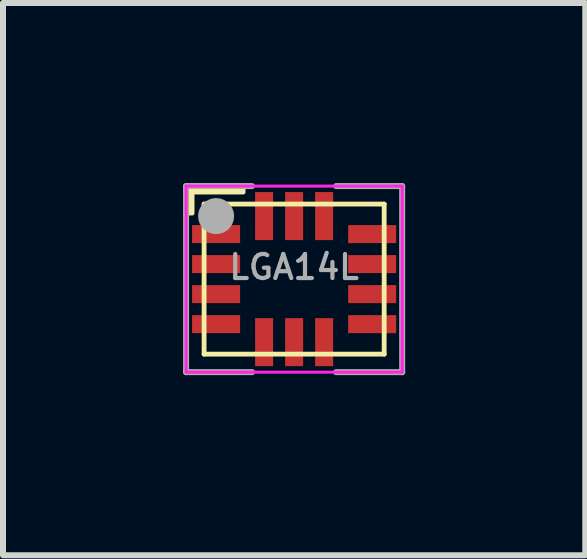
<source format=kicad_pcb>
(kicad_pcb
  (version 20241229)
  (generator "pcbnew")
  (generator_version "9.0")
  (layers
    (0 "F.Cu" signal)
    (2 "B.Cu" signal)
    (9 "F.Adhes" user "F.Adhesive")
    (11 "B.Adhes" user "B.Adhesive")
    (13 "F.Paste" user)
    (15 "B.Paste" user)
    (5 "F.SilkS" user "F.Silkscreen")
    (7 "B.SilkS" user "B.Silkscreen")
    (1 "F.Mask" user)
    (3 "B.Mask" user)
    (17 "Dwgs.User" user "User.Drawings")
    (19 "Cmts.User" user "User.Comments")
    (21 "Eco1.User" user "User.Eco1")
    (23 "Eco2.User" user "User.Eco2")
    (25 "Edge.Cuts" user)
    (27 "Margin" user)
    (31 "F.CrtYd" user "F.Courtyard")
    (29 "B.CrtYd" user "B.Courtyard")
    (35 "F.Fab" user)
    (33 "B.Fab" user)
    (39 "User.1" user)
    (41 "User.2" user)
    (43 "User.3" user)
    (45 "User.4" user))
  (footprint "LGA14L"
    (layer "F.Cu")
    (at 1.85 1.6)
    (property "Reference" "LGA14L" (at 0 -0.2 0) (layer "F.Fab") (effects (font (size 0.4 0.4) (thickness 0.07))))
    (attr smd)
    (fp_line (start -1.5 -1.25) (end 1.5 -1.25) (stroke (width 0.08) (type solid)) (layer "F.SilkS"))
    (fp_line (start -1.5 1.25) (end -1.5 -1.25) (stroke (width 0.08) (type solid)) (layer "F.SilkS"))
    (fp_line (start 1.5 -1.25) (end 1.5 1.25) (stroke (width 0.08) (type solid)) (layer "F.SilkS"))
    (fp_line (start 1.5 1.25) (end -1.5 1.25) (stroke (width 0.08) (type solid)) (layer "F.SilkS"))
    (fp_poly (pts (xy -0.85 -1.45) (xy -1.7 -1.45) (xy -1.7 -1.1) (xy -1.8 -1.1) (xy -1.8 -1.55) (xy -0.85 -1.55)) (stroke (width 0.08) (type solid)) (fill yes) (layer "F.SilkS"))
    (fp_line (start -1.8 -1.55) (end -1.8 1.55) (stroke (width 0.05) (type solid)) (layer "F.CrtYd"))
    (fp_line (start 1.8 -1.55) (end -1.8 -1.55) (stroke (width 0.05) (type solid)) (layer "F.CrtYd"))
    (fp_line (start 1.8 -1.55) (end 1.8 1.55) (stroke (width 0.05) (type solid)) (layer "F.CrtYd"))
    (fp_line (start 1.8 1.55) (end -1.8 1.55) (stroke (width 0.05) (type solid)) (layer "F.CrtYd"))
    (fp_line (start -1.8 -1.55) (end -1.8 1.55) (stroke (width 0.1) (type solid)) (layer "F.Fab"))
    (fp_line (start -0.7 -1.55) (end -1.8 -1.55) (stroke (width 0.1) (type solid)) (layer "F.Fab"))
    (fp_line (start -0.7 1.55) (end -1.8 1.55) (stroke (width 0.1) (type solid)) (layer "F.Fab"))
    (fp_line (start 1.8 -1.55) (end 0.7 -1.55) (stroke (width 0.1) (type solid)) (layer "F.Fab"))
    (fp_line (start 1.8 -1.55) (end 1.8 1.55) (stroke (width 0.1) (type solid)) (layer "F.Fab"))
    (fp_line (start 1.8 1.55) (end 0.7 1.55) (stroke (width 0.1) (type solid)) (layer "F.Fab"))
    (fp_circle (center -1.3 -1.05) (end -1.15 -1.05) (stroke (width 0.3) (type solid)) (fill no) (layer "F.Fab"))
    (pad "1" smd rect (at -1.3 -0.75 180) (size 0.8 0.3) (layers "F.Cu" "F.Mask" "F.Paste"))
    (pad "2" smd rect (at -1.3 -0.25 180) (size 0.8 0.3) (layers "F.Cu" "F.Mask" "F.Paste"))
    (pad "3" smd rect (at -1.3 0.25 180) (size 0.8 0.3) (layers "F.Cu" "F.Mask" "F.Paste"))
    (pad "4" smd rect (at -1.3 0.75 180) (size 0.8 0.3) (layers "F.Cu" "F.Mask" "F.Paste"))
    (pad "5" smd rect (at -0.5 1.05 270) (size 0.8 0.3) (layers "F.Cu" "F.Mask" "F.Paste"))
    (pad "6" smd rect (at 0 1.05 270) (size 0.8 0.3) (layers "F.Cu" "F.Mask" "F.Paste"))
    (pad "7" smd rect (at 0.5 1.05 270) (size 0.8 0.3) (layers "F.Cu" "F.Mask" "F.Paste"))
    (pad "8" smd rect (at 1.3 0.75 180) (size 0.8 0.3) (layers "F.Cu" "F.Mask" "F.Paste"))
    (pad "9" smd rect (at 1.3 0.25 180) (size 0.8 0.3) (layers "F.Cu" "F.Mask" "F.Paste"))
    (pad "10" smd rect (at 1.3 -0.25 180) (size 0.8 0.3) (layers "F.Cu" "F.Mask" "F.Paste"))
    (pad "11" smd rect (at 1.3 -0.75 180) (size 0.8 0.3) (layers "F.Cu" "F.Mask" "F.Paste"))
    (pad "12" smd rect (at 0.5 -1.05 270) (size 0.8 0.3) (layers "F.Cu" "F.Mask" "F.Paste"))
    (pad "13" smd rect (at 0 -1.05 270) (size 0.8 0.3) (layers "F.Cu" "F.Mask" "F.Paste"))
    (pad "14" smd rect (at -0.5 -1.05 270) (size 0.8 0.3) (layers "F.Cu" "F.Mask" "F.Paste")))
  (gr_rect
    (start -3 -3)
    (end 6.7 6.2)
    (stroke (width 0.1) (type default))
    (fill no)
    (layer "Edge.Cuts")))
</source>
